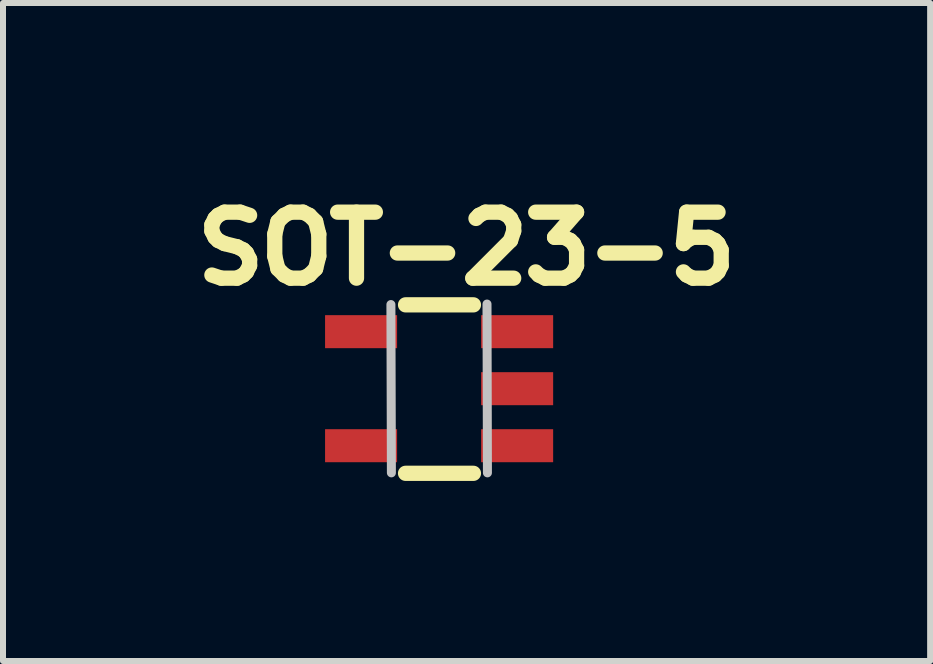
<source format=kicad_pcb>
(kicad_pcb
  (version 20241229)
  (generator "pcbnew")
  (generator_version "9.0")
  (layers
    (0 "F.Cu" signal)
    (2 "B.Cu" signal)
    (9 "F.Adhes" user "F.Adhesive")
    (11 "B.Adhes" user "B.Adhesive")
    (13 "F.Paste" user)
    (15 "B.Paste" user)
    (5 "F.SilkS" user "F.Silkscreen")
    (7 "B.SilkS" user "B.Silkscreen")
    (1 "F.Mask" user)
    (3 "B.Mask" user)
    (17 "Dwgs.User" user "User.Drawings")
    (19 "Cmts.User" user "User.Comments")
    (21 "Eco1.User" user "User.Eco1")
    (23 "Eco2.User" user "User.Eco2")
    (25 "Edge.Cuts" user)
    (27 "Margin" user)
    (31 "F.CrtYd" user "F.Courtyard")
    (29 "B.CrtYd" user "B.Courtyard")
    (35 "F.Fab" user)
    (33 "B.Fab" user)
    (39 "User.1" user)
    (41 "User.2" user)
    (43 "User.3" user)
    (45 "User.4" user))
  (footprint "SOT-23-5"
    (layer "F.Cu")
    (at 4.266 3.426)
    (property "Reference" "SOT-23-5" (at 0.457 -2.337 0) (layer "F.SilkS") (effects (font (size 1.1 1.1) (thickness 0.254))))
    (attr smd)
    (fp_line (start -0.559 -1.397) (end 0.572 -1.397) (stroke (width 0.254) (type solid)) (layer "F.SilkS"))
    (fp_line (start -0.559 1.41) (end 0.572 1.41) (stroke (width 0.254) (type solid)) (layer "F.SilkS"))
    (fp_line (start -0.803 -1.402) (end -0.795 1.402) (stroke (width 0.15) (type solid)) (layer "Dwgs.User"))
    (fp_line (start 0.805 1.402) (end 0.798 -1.41) (stroke (width 0.15) (type solid)) (layer "Dwgs.User"))
    (pad "1" smd rect (at 1.3 0.95) (size 1.2 0.55) (layers "F.Cu" "F.Mask" "F.Paste"))
    (pad "2" smd rect (at 1.3 0) (size 1.2 0.55) (layers "F.Cu" "F.Mask" "F.Paste"))
    (pad "3" smd rect (at 1.3 -0.95) (size 1.2 0.55) (layers "F.Cu" "F.Mask" "F.Paste"))
    (pad "4" smd rect (at -1.3 -0.95) (size 1.2 0.55) (layers "F.Cu" "F.Mask" "F.Paste"))
    (pad "5" smd rect (at -1.3 0.95) (size 1.2 0.55) (layers "F.Cu" "F.Mask" "F.Paste")))
  (gr_rect
    (start -3 -3)
    (end 12.447 7.963)
    (stroke (width 0.1) (type default))
    (fill no)
    (layer "Edge.Cuts")))
</source>
